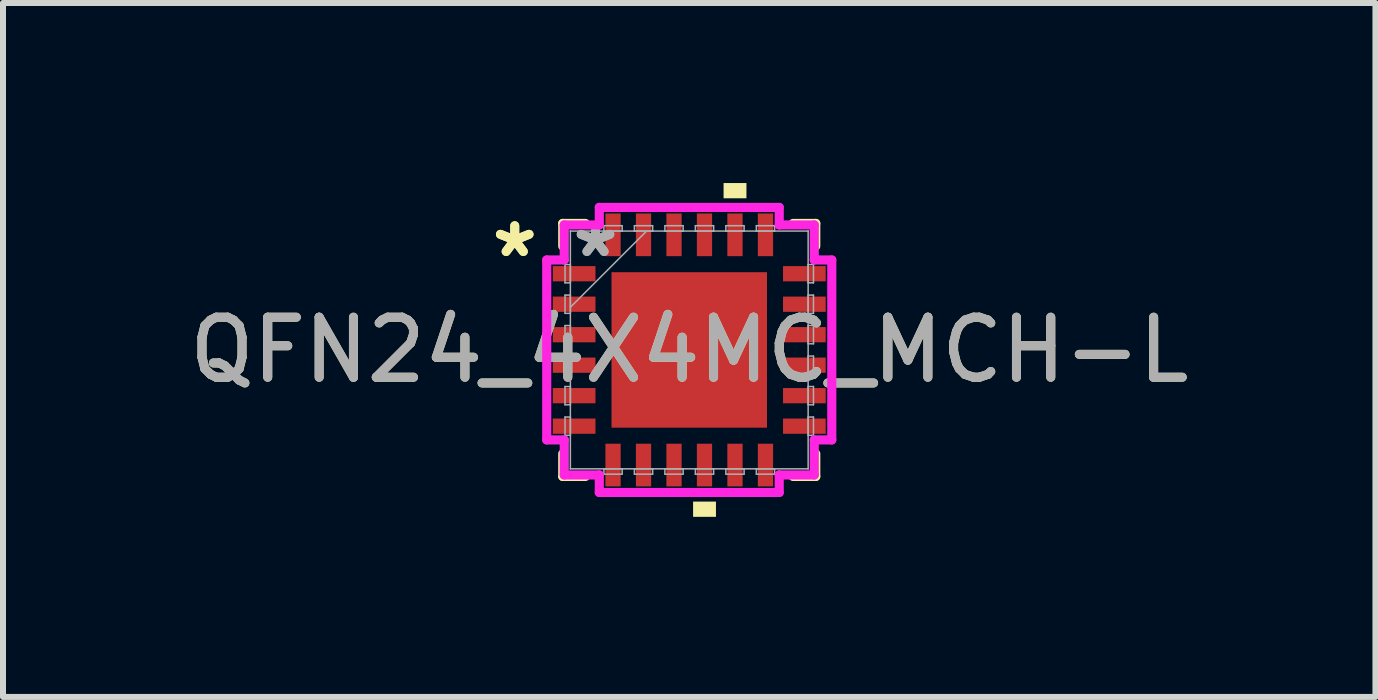
<source format=kicad_pcb>
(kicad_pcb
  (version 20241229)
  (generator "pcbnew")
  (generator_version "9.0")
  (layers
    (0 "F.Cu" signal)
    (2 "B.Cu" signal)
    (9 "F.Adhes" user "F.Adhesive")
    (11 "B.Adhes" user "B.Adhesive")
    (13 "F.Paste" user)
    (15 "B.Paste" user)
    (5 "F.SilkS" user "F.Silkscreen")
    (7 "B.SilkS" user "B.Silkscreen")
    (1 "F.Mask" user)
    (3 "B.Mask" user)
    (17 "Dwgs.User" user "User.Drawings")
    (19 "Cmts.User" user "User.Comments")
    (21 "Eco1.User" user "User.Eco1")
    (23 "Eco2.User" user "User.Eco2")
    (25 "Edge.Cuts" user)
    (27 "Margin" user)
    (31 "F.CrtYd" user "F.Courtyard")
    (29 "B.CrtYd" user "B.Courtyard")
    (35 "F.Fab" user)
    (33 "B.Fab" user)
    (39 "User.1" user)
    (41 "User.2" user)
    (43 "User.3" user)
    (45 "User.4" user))
  (footprint "QFN24_4X4MC_MCH-L"
    (layer "F.Cu")
    (at 8.435 2.781)
    (property "Reference" "QFN24_4X4MC_MCH-L" (at 0 0 0) (unlocked yes) (layer "F.SilkS") (effects (font (size 1 1) (thickness 0.15))))
    (attr smd)
    (fp_line (start -2.108 -2.108) (end -2.108 -1.73) (stroke (width 0.152) (type solid)) (layer "F.SilkS"))
    (fp_line (start -2.108 1.73) (end -2.108 2.108) (stroke (width 0.152) (type solid)) (layer "F.SilkS"))
    (fp_line (start -2.108 2.108) (end -1.73 2.108) (stroke (width 0.152) (type solid)) (layer "F.SilkS"))
    (fp_line (start -1.73 -2.108) (end -2.108 -2.108) (stroke (width 0.152) (type solid)) (layer "F.SilkS"))
    (fp_line (start 1.73 2.108) (end 2.108 2.108) (stroke (width 0.152) (type solid)) (layer "F.SilkS"))
    (fp_line (start 2.108 -2.108) (end 1.73 -2.108) (stroke (width 0.152) (type solid)) (layer "F.SilkS"))
    (fp_line (start 2.108 -1.73) (end 2.108 -2.108) (stroke (width 0.152) (type solid)) (layer "F.SilkS"))
    (fp_line (start 2.108 2.108) (end 2.108 1.73) (stroke (width 0.152) (type solid)) (layer "F.SilkS"))
    (fp_poly (pts (xy 0.064 2.527) (xy 0.064 2.781) (xy 0.445 2.781) (xy 0.445 2.527)) (stroke (width 0) (type solid)) (fill yes) (layer "F.SilkS"))
    (fp_poly (pts (xy 0.572 -2.527) (xy 0.572 -2.781) (xy 0.953 -2.781) (xy 0.953 -2.527)) (stroke (width 0) (type solid)) (fill yes) (layer "F.SilkS"))
    (fp_poly (pts (xy -1.195 -1.195) (xy -1.195 -0.1) (xy -0.1 -0.1) (xy -0.1 -1.195)) (stroke (width 0) (type solid)) (fill yes) (layer "F.Paste"))
    (fp_poly (pts (xy -1.195 0.1) (xy -1.195 1.195) (xy -0.1 1.195) (xy -0.1 0.1)) (stroke (width 0) (type solid)) (fill yes) (layer "F.Paste"))
    (fp_poly (pts (xy 0.1 -1.195) (xy 0.1 -0.1) (xy 1.195 -0.1) (xy 1.195 -1.195)) (stroke (width 0) (type solid)) (fill yes) (layer "F.Paste"))
    (fp_poly (pts (xy 0.1 0.1) (xy 0.1 1.195) (xy 1.195 1.195) (xy 1.195 0.1)) (stroke (width 0) (type solid)) (fill yes) (layer "F.Paste"))
    (fp_line (start -2.375 -1.499) (end -2.083 -1.499) (stroke (width 0.152) (type solid)) (layer "F.CrtYd"))
    (fp_line (start -2.375 1.499) (end -2.375 -1.499) (stroke (width 0.152) (type solid)) (layer "F.CrtYd"))
    (fp_line (start -2.083 -2.083) (end -1.499 -2.083) (stroke (width 0.152) (type solid)) (layer "F.CrtYd"))
    (fp_line (start -2.083 -1.499) (end -2.083 -2.083) (stroke (width 0.152) (type solid)) (layer "F.CrtYd"))
    (fp_line (start -2.083 1.499) (end -2.375 1.499) (stroke (width 0.152) (type solid)) (layer "F.CrtYd"))
    (fp_line (start -2.083 2.083) (end -2.083 1.499) (stroke (width 0.152) (type solid)) (layer "F.CrtYd"))
    (fp_line (start -1.499 -2.375) (end 1.499 -2.375) (stroke (width 0.152) (type solid)) (layer "F.CrtYd"))
    (fp_line (start -1.499 -2.083) (end -1.499 -2.375) (stroke (width 0.152) (type solid)) (layer "F.CrtYd"))
    (fp_line (start -1.499 2.083) (end -2.083 2.083) (stroke (width 0.152) (type solid)) (layer "F.CrtYd"))
    (fp_line (start -1.499 2.375) (end -1.499 2.083) (stroke (width 0.152) (type solid)) (layer "F.CrtYd"))
    (fp_line (start 1.499 -2.375) (end 1.499 -2.083) (stroke (width 0.152) (type solid)) (layer "F.CrtYd"))
    (fp_line (start 1.499 -2.083) (end 2.083 -2.083) (stroke (width 0.152) (type solid)) (layer "F.CrtYd"))
    (fp_line (start 1.499 2.083) (end 1.499 2.375) (stroke (width 0.152) (type solid)) (layer "F.CrtYd"))
    (fp_line (start 1.499 2.375) (end -1.499 2.375) (stroke (width 0.152) (type solid)) (layer "F.CrtYd"))
    (fp_line (start 2.083 -2.083) (end 2.083 -1.499) (stroke (width 0.152) (type solid)) (layer "F.CrtYd"))
    (fp_line (start 2.083 -1.499) (end 2.375 -1.499) (stroke (width 0.152) (type solid)) (layer "F.CrtYd"))
    (fp_line (start 2.083 1.499) (end 2.083 2.083) (stroke (width 0.152) (type solid)) (layer "F.CrtYd"))
    (fp_line (start 2.083 2.083) (end 1.499 2.083) (stroke (width 0.152) (type solid)) (layer "F.CrtYd"))
    (fp_line (start 2.375 -1.499) (end 2.375 1.499) (stroke (width 0.152) (type solid)) (layer "F.CrtYd"))
    (fp_line (start 2.375 1.499) (end 2.083 1.499) (stroke (width 0.152) (type solid)) (layer "F.CrtYd"))
    (fp_line (start -2.07 -1.422) (end -2.07 -1.118) (stroke (width 0.025) (type solid)) (layer "F.Fab"))
    (fp_line (start -2.07 -1.118) (end -1.981 -1.118) (stroke (width 0.025) (type solid)) (layer "F.Fab"))
    (fp_line (start -2.07 -0.914) (end -2.07 -0.61) (stroke (width 0.025) (type solid)) (layer "F.Fab"))
    (fp_line (start -2.07 -0.61) (end -1.981 -0.61) (stroke (width 0.025) (type solid)) (layer "F.Fab"))
    (fp_line (start -2.07 -0.406) (end -2.07 -0.102) (stroke (width 0.025) (type solid)) (layer "F.Fab"))
    (fp_line (start -2.07 -0.102) (end -1.981 -0.102) (stroke (width 0.025) (type solid)) (layer "F.Fab"))
    (fp_line (start -2.07 0.102) (end -2.07 0.406) (stroke (width 0.025) (type solid)) (layer "F.Fab"))
    (fp_line (start -2.07 0.406) (end -1.981 0.406) (stroke (width 0.025) (type solid)) (layer "F.Fab"))
    (fp_line (start -2.07 0.61) (end -2.07 0.914) (stroke (width 0.025) (type solid)) (layer "F.Fab"))
    (fp_line (start -2.07 0.914) (end -1.981 0.914) (stroke (width 0.025) (type solid)) (layer "F.Fab"))
    (fp_line (start -2.07 1.118) (end -2.07 1.422) (stroke (width 0.025) (type solid)) (layer "F.Fab"))
    (fp_line (start -2.07 1.422) (end -1.981 1.422) (stroke (width 0.025) (type solid)) (layer "F.Fab"))
    (fp_line (start -1.981 -1.981) (end -1.981 -1.981) (stroke (width 0.025) (type solid)) (layer "F.Fab"))
    (fp_line (start -1.981 -1.981) (end -1.981 1.981) (stroke (width 0.025) (type solid)) (layer "F.Fab"))
    (fp_line (start -1.981 -1.422) (end -2.07 -1.422) (stroke (width 0.025) (type solid)) (layer "F.Fab"))
    (fp_line (start -1.981 -1.118) (end -1.981 -1.422) (stroke (width 0.025) (type solid)) (layer "F.Fab"))
    (fp_line (start -1.981 -0.914) (end -2.07 -0.914) (stroke (width 0.025) (type solid)) (layer "F.Fab"))
    (fp_line (start -1.981 -0.711) (end -0.711 -1.981) (stroke (width 0.025) (type solid)) (layer "F.Fab"))
    (fp_line (start -1.981 -0.61) (end -1.981 -0.914) (stroke (width 0.025) (type solid)) (layer "F.Fab"))
    (fp_line (start -1.981 -0.406) (end -2.07 -0.406) (stroke (width 0.025) (type solid)) (layer "F.Fab"))
    (fp_line (start -1.981 -0.102) (end -1.981 -0.406) (stroke (width 0.025) (type solid)) (layer "F.Fab"))
    (fp_line (start -1.981 0.102) (end -2.07 0.102) (stroke (width 0.025) (type solid)) (layer "F.Fab"))
    (fp_line (start -1.981 0.406) (end -1.981 0.102) (stroke (width 0.025) (type solid)) (layer "F.Fab"))
    (fp_line (start -1.981 0.61) (end -2.07 0.61) (stroke (width 0.025) (type solid)) (layer "F.Fab"))
    (fp_line (start -1.981 0.914) (end -1.981 0.61) (stroke (width 0.025) (type solid)) (layer "F.Fab"))
    (fp_line (start -1.981 1.118) (end -2.07 1.118) (stroke (width 0.025) (type solid)) (layer "F.Fab"))
    (fp_line (start -1.981 1.422) (end -1.981 1.118) (stroke (width 0.025) (type solid)) (layer "F.Fab"))
    (fp_line (start -1.981 1.981) (end -1.981 1.981) (stroke (width 0.025) (type solid)) (layer "F.Fab"))
    (fp_line (start -1.981 1.981) (end 1.981 1.981) (stroke (width 0.025) (type solid)) (layer "F.Fab"))
    (fp_line (start -1.422 -2.07) (end -1.422 -1.981) (stroke (width 0.025) (type solid)) (layer "F.Fab"))
    (fp_line (start -1.422 -1.981) (end -1.118 -1.981) (stroke (width 0.025) (type solid)) (layer "F.Fab"))
    (fp_line (start -1.422 1.981) (end -1.422 2.07) (stroke (width 0.025) (type solid)) (layer "F.Fab"))
    (fp_line (start -1.422 2.07) (end -1.118 2.07) (stroke (width 0.025) (type solid)) (layer "F.Fab"))
    (fp_line (start -1.118 -2.07) (end -1.422 -2.07) (stroke (width 0.025) (type solid)) (layer "F.Fab"))
    (fp_line (start -1.118 -1.981) (end -1.118 -2.07) (stroke (width 0.025) (type solid)) (layer "F.Fab"))
    (fp_line (start -1.118 1.981) (end -1.422 1.981) (stroke (width 0.025) (type solid)) (layer "F.Fab"))
    (fp_line (start -1.118 2.07) (end -1.118 1.981) (stroke (width 0.025) (type solid)) (layer "F.Fab"))
    (fp_line (start -0.914 -2.07) (end -0.914 -1.981) (stroke (width 0.025) (type solid)) (layer "F.Fab"))
    (fp_line (start -0.914 -1.981) (end -0.61 -1.981) (stroke (width 0.025) (type solid)) (layer "F.Fab"))
    (fp_line (start -0.914 1.981) (end -0.914 2.07) (stroke (width 0.025) (type solid)) (layer "F.Fab"))
    (fp_line (start -0.914 2.07) (end -0.61 2.07) (stroke (width 0.025) (type solid)) (layer "F.Fab"))
    (fp_line (start -0.61 -2.07) (end -0.914 -2.07) (stroke (width 0.025) (type solid)) (layer "F.Fab"))
    (fp_line (start -0.61 -1.981) (end -0.61 -2.07) (stroke (width 0.025) (type solid)) (layer "F.Fab"))
    (fp_line (start -0.61 1.981) (end -0.914 1.981) (stroke (width 0.025) (type solid)) (layer "F.Fab"))
    (fp_line (start -0.61 2.07) (end -0.61 1.981) (stroke (width 0.025) (type solid)) (layer "F.Fab"))
    (fp_line (start -0.406 -2.07) (end -0.406 -1.981) (stroke (width 0.025) (type solid)) (layer "F.Fab"))
    (fp_line (start -0.406 -1.981) (end -0.102 -1.981) (stroke (width 0.025) (type solid)) (layer "F.Fab"))
    (fp_line (start -0.406 1.981) (end -0.406 2.07) (stroke (width 0.025) (type solid)) (layer "F.Fab"))
    (fp_line (start -0.406 2.07) (end -0.102 2.07) (stroke (width 0.025) (type solid)) (layer "F.Fab"))
    (fp_line (start -0.102 -2.07) (end -0.406 -2.07) (stroke (width 0.025) (type solid)) (layer "F.Fab"))
    (fp_line (start -0.102 -1.981) (end -0.102 -2.07) (stroke (width 0.025) (type solid)) (layer "F.Fab"))
    (fp_line (start -0.102 1.981) (end -0.406 1.981) (stroke (width 0.025) (type solid)) (layer "F.Fab"))
    (fp_line (start -0.102 2.07) (end -0.102 1.981) (stroke (width 0.025) (type solid)) (layer "F.Fab"))
    (fp_line (start 0.102 -2.07) (end 0.102 -1.981) (stroke (width 0.025) (type solid)) (layer "F.Fab"))
    (fp_line (start 0.102 -1.981) (end 0.406 -1.981) (stroke (width 0.025) (type solid)) (layer "F.Fab"))
    (fp_line (start 0.102 1.981) (end 0.102 2.07) (stroke (width 0.025) (type solid)) (layer "F.Fab"))
    (fp_line (start 0.102 2.07) (end 0.406 2.07) (stroke (width 0.025) (type solid)) (layer "F.Fab"))
    (fp_line (start 0.406 -2.07) (end 0.102 -2.07) (stroke (width 0.025) (type solid)) (layer "F.Fab"))
    (fp_line (start 0.406 -1.981) (end 0.406 -2.07) (stroke (width 0.025) (type solid)) (layer "F.Fab"))
    (fp_line (start 0.406 1.981) (end 0.102 1.981) (stroke (width 0.025) (type solid)) (layer "F.Fab"))
    (fp_line (start 0.406 2.07) (end 0.406 1.981) (stroke (width 0.025) (type solid)) (layer "F.Fab"))
    (fp_line (start 0.61 -2.07) (end 0.61 -1.981) (stroke (width 0.025) (type solid)) (layer "F.Fab"))
    (fp_line (start 0.61 -1.981) (end 0.914 -1.981) (stroke (width 0.025) (type solid)) (layer "F.Fab"))
    (fp_line (start 0.61 1.981) (end 0.61 2.07) (stroke (width 0.025) (type solid)) (layer "F.Fab"))
    (fp_line (start 0.61 2.07) (end 0.914 2.07) (stroke (width 0.025) (type solid)) (layer "F.Fab"))
    (fp_line (start 0.914 -2.07) (end 0.61 -2.07) (stroke (width 0.025) (type solid)) (layer "F.Fab"))
    (fp_line (start 0.914 -1.981) (end 0.914 -2.07) (stroke (width 0.025) (type solid)) (layer "F.Fab"))
    (fp_line (start 0.914 1.981) (end 0.61 1.981) (stroke (width 0.025) (type solid)) (layer "F.Fab"))
    (fp_line (start 0.914 2.07) (end 0.914 1.981) (stroke (width 0.025) (type solid)) (layer "F.Fab"))
    (fp_line (start 1.118 -2.07) (end 1.118 -1.981) (stroke (width 0.025) (type solid)) (layer "F.Fab"))
    (fp_line (start 1.118 -1.981) (end 1.422 -1.981) (stroke (width 0.025) (type solid)) (layer "F.Fab"))
    (fp_line (start 1.118 1.981) (end 1.118 2.07) (stroke (width 0.025) (type solid)) (layer "F.Fab"))
    (fp_line (start 1.118 2.07) (end 1.422 2.07) (stroke (width 0.025) (type solid)) (layer "F.Fab"))
    (fp_line (start 1.422 -2.07) (end 1.118 -2.07) (stroke (width 0.025) (type solid)) (layer "F.Fab"))
    (fp_line (start 1.422 -1.981) (end 1.422 -2.07) (stroke (width 0.025) (type solid)) (layer "F.Fab"))
    (fp_line (start 1.422 1.981) (end 1.118 1.981) (stroke (width 0.025) (type solid)) (layer "F.Fab"))
    (fp_line (start 1.422 2.07) (end 1.422 1.981) (stroke (width 0.025) (type solid)) (layer "F.Fab"))
    (fp_line (start 1.981 -1.981) (end -1.981 -1.981) (stroke (width 0.025) (type solid)) (layer "F.Fab"))
    (fp_line (start 1.981 -1.981) (end 1.981 -1.981) (stroke (width 0.025) (type solid)) (layer "F.Fab"))
    (fp_line (start 1.981 -1.422) (end 1.981 -1.118) (stroke (width 0.025) (type solid)) (layer "F.Fab"))
    (fp_line (start 1.981 -1.118) (end 2.07 -1.118) (stroke (width 0.025) (type solid)) (layer "F.Fab"))
    (fp_line (start 1.981 -0.914) (end 1.981 -0.61) (stroke (width 0.025) (type solid)) (layer "F.Fab"))
    (fp_line (start 1.981 -0.61) (end 2.07 -0.61) (stroke (width 0.025) (type solid)) (layer "F.Fab"))
    (fp_line (start 1.981 -0.406) (end 1.981 -0.102) (stroke (width 0.025) (type solid)) (layer "F.Fab"))
    (fp_line (start 1.981 -0.102) (end 2.07 -0.102) (stroke (width 0.025) (type solid)) (layer "F.Fab"))
    (fp_line (start 1.981 0.102) (end 1.981 0.406) (stroke (width 0.025) (type solid)) (layer "F.Fab"))
    (fp_line (start 1.981 0.406) (end 2.07 0.406) (stroke (width 0.025) (type solid)) (layer "F.Fab"))
    (fp_line (start 1.981 0.61) (end 1.981 0.914) (stroke (width 0.025) (type solid)) (layer "F.Fab"))
    (fp_line (start 1.981 0.914) (end 2.07 0.914) (stroke (width 0.025) (type solid)) (layer "F.Fab"))
    (fp_line (start 1.981 1.118) (end 1.981 1.422) (stroke (width 0.025) (type solid)) (layer "F.Fab"))
    (fp_line (start 1.981 1.422) (end 2.07 1.422) (stroke (width 0.025) (type solid)) (layer "F.Fab"))
    (fp_line (start 1.981 1.981) (end 1.981 -1.981) (stroke (width 0.025) (type solid)) (layer "F.Fab"))
    (fp_line (start 1.981 1.981) (end 1.981 1.981) (stroke (width 0.025) (type solid)) (layer "F.Fab"))
    (fp_line (start 2.07 -1.422) (end 1.981 -1.422) (stroke (width 0.025) (type solid)) (layer "F.Fab"))
    (fp_line (start 2.07 -1.118) (end 2.07 -1.422) (stroke (width 0.025) (type solid)) (layer "F.Fab"))
    (fp_line (start 2.07 -0.914) (end 1.981 -0.914) (stroke (width 0.025) (type solid)) (layer "F.Fab"))
    (fp_line (start 2.07 -0.61) (end 2.07 -0.914) (stroke (width 0.025) (type solid)) (layer "F.Fab"))
    (fp_line (start 2.07 -0.406) (end 1.981 -0.406) (stroke (width 0.025) (type solid)) (layer "F.Fab"))
    (fp_line (start 2.07 -0.102) (end 2.07 -0.406) (stroke (width 0.025) (type solid)) (layer "F.Fab"))
    (fp_line (start 2.07 0.102) (end 1.981 0.102) (stroke (width 0.025) (type solid)) (layer "F.Fab"))
    (fp_line (start 2.07 0.406) (end 2.07 0.102) (stroke (width 0.025) (type solid)) (layer "F.Fab"))
    (fp_line (start 2.07 0.61) (end 1.981 0.61) (stroke (width 0.025) (type solid)) (layer "F.Fab"))
    (fp_line (start 2.07 0.914) (end 2.07 0.61) (stroke (width 0.025) (type solid)) (layer "F.Fab"))
    (fp_line (start 2.07 1.118) (end 1.981 1.118) (stroke (width 0.025) (type solid)) (layer "F.Fab"))
    (fp_line (start 2.07 1.422) (end 2.07 1.118) (stroke (width 0.025) (type solid)) (layer "F.Fab"))
    (fp_text user "*" (at -2.908 -1.524 0) (unlocked yes) (layer "F.SilkS") (effects (font (size 1 1) (thickness 0.15))))
    (fp_text user "*" (at -2.908 -1.524 0) (layer "F.SilkS") (effects (font (size 1 1) (thickness 0.15))))
    (fp_text user "*" (at -1.562 -1.524 0) (unlocked yes) (layer "F.Fab") (effects (font (size 1 1) (thickness 0.15))))
    (fp_text user "${REFERENCE}" (at 0 0 0) (unlocked yes) (layer "F.Fab") (effects (font (size 1 1) (thickness 0.15))))
    (fp_text user "*" (at -1.562 -1.524 0) (layer "F.Fab") (effects (font (size 1 1) (thickness 0.15))))
    (pad "1" smd rect (at -1.918 -1.27 90) (size 0.254 0.711) (layers "F.Cu" "F.Mask" "F.Paste"))
    (pad "2" smd rect (at -1.918 -0.762 90) (size 0.254 0.711) (layers "F.Cu" "F.Mask" "F.Paste"))
    (pad "3" smd rect (at -1.918 -0.254 90) (size 0.254 0.711) (layers "F.Cu" "F.Mask" "F.Paste"))
    (pad "4" smd rect (at -1.918 0.254 90) (size 0.254 0.711) (layers "F.Cu" "F.Mask" "F.Paste"))
    (pad "5" smd rect (at -1.918 0.762 90) (size 0.254 0.711) (layers "F.Cu" "F.Mask" "F.Paste"))
    (pad "6" smd rect (at -1.918 1.27 90) (size 0.254 0.711) (layers "F.Cu" "F.Mask" "F.Paste"))
    (pad "7" smd rect (at -1.27 1.918) (size 0.254 0.711) (layers "F.Cu" "F.Mask" "F.Paste"))
    (pad "8" smd rect (at -0.762 1.918) (size 0.254 0.711) (layers "F.Cu" "F.Mask" "F.Paste"))
    (pad "9" smd rect (at -0.254 1.918) (size 0.254 0.711) (layers "F.Cu" "F.Mask" "F.Paste"))
    (pad "10" smd rect (at 0.254 1.918) (size 0.254 0.711) (layers "F.Cu" "F.Mask" "F.Paste"))
    (pad "11" smd rect (at 0.762 1.918) (size 0.254 0.711) (layers "F.Cu" "F.Mask" "F.Paste"))
    (pad "12" smd rect (at 1.27 1.918) (size 0.254 0.711) (layers "F.Cu" "F.Mask" "F.Paste"))
    (pad "13" smd rect (at 1.918 1.27 90) (size 0.254 0.711) (layers "F.Cu" "F.Mask" "F.Paste"))
    (pad "14" smd rect (at 1.918 0.762 90) (size 0.254 0.711) (layers "F.Cu" "F.Mask" "F.Paste"))
    (pad "15" smd rect (at 1.918 0.254 90) (size 0.254 0.711) (layers "F.Cu" "F.Mask" "F.Paste"))
    (pad "16" smd rect (at 1.918 -0.254 90) (size 0.254 0.711) (layers "F.Cu" "F.Mask" "F.Paste"))
    (pad "17" smd rect (at 1.918 -0.762 90) (size 0.254 0.711) (layers "F.Cu" "F.Mask" "F.Paste"))
    (pad "18" smd rect (at 1.918 -1.27 90) (size 0.254 0.711) (layers "F.Cu" "F.Mask" "F.Paste"))
    (pad "19" smd rect (at 1.27 -1.918) (size 0.254 0.711) (layers "F.Cu" "F.Mask" "F.Paste"))
    (pad "20" smd rect (at 0.762 -1.918) (size 0.254 0.711) (layers "F.Cu" "F.Mask" "F.Paste"))
    (pad "21" smd rect (at 0.254 -1.918) (size 0.254 0.711) (layers "F.Cu" "F.Mask" "F.Paste"))
    (pad "22" smd rect (at -0.254 -1.918) (size 0.254 0.711) (layers "F.Cu" "F.Mask" "F.Paste"))
    (pad "23" smd rect (at -0.762 -1.918) (size 0.254 0.711) (layers "F.Cu" "F.Mask" "F.Paste"))
    (pad "24" smd rect (at -1.27 -1.918) (size 0.254 0.711) (layers "F.Cu" "F.Mask" "F.Paste"))
    (pad "25" smd rect (at 0 0) (size 2.591 2.591) (layers "F.Cu" "F.Mask" "F.Paste")))
  (gr_rect
    (start -3 -3)
    (end 19.869 8.563)
    (stroke (width 0.1) (type default))
    (fill no)
    (layer "Edge.Cuts")))
</source>
